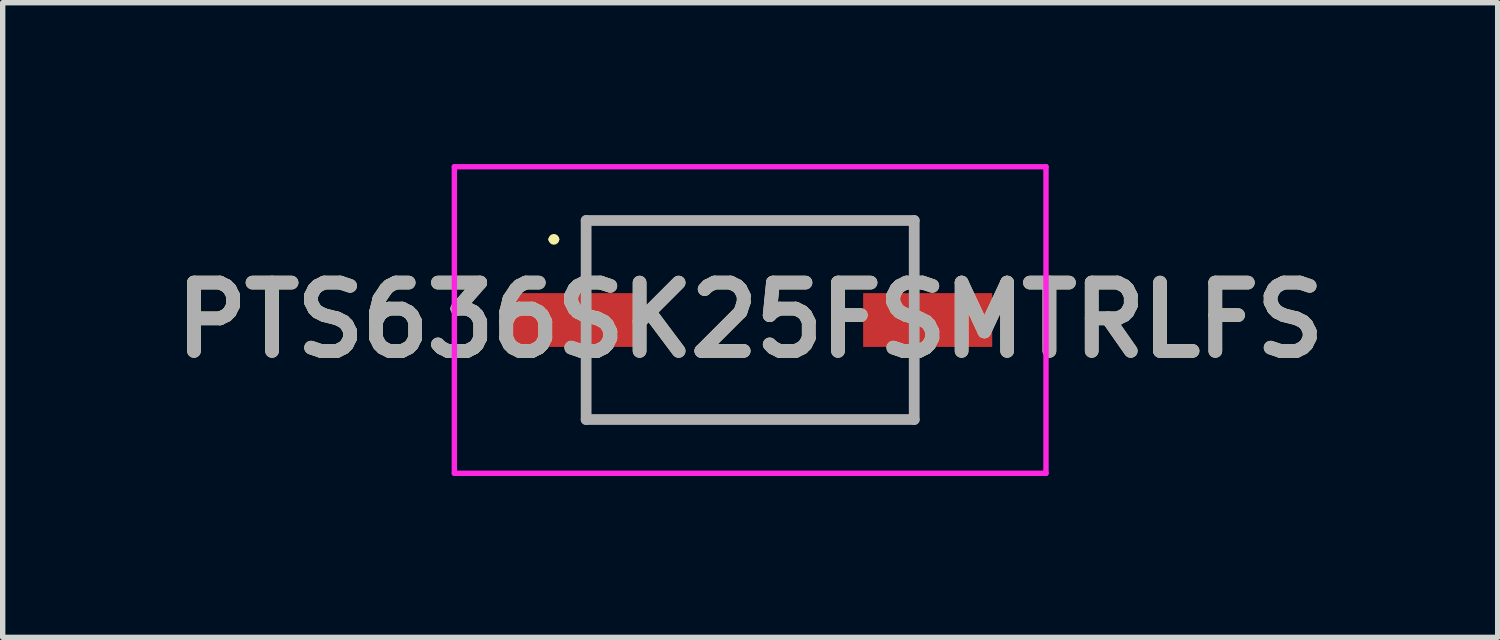
<source format=kicad_pcb>
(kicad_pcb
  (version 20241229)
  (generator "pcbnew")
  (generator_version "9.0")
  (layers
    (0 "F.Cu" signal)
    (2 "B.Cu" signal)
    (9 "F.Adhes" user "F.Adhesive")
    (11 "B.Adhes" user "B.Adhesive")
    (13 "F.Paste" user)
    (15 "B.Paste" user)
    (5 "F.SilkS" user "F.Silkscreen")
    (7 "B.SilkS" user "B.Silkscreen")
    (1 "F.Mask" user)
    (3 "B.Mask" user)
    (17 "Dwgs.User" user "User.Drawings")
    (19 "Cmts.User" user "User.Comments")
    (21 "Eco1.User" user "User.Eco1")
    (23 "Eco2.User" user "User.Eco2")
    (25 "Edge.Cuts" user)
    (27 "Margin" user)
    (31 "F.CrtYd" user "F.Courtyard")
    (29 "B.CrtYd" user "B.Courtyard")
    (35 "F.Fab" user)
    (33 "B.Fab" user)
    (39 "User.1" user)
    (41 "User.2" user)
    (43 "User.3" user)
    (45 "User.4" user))
  (footprint "PTS636SK25FSMTRLFS"
    (layer "F.Cu")
    (at 10.898 2.9)
    (property "Reference" "PTS636SK25FSMTRLFS" (at 0 0 0) (layer "F.SilkS") (effects (font (size 1.27 1.27) (thickness 0.254))))
    (attr smd)
    (fp_line (start -3.7 -1.5) (end -3.7 -1.5) (stroke (width 0.1) (type solid)) (layer "F.SilkS"))
    (fp_line (start -3.6 -1.5) (end -3.6 -1.5) (stroke (width 0.1) (type solid)) (layer "F.SilkS"))
    (fp_line (start -3.05 -1.85) (end 3.05 -1.85) (stroke (width 0.1) (type solid)) (layer "F.SilkS"))
    (fp_line (start -3.05 -0.9) (end -3.05 -1.85) (stroke (width 0.1) (type solid)) (layer "F.SilkS"))
    (fp_line (start -3.05 0.9) (end -3.05 1.85) (stroke (width 0.1) (type solid)) (layer "F.SilkS"))
    (fp_line (start -3.05 1.85) (end 3.05 1.85) (stroke (width 0.1) (type solid)) (layer "F.SilkS"))
    (fp_line (start 3.05 -1.85) (end 3.05 -0.9) (stroke (width 0.1) (type solid)) (layer "F.SilkS"))
    (fp_line (start 3.05 1.85) (end 3.05 0.9) (stroke (width 0.1) (type solid)) (layer "F.SilkS"))
    (fp_arc (start -3.7 -1.5) (mid -3.65 -1.55) (end -3.6 -1.5) (stroke (width 0.1) (type solid)) (layer "F.SilkS"))
    (fp_arc (start -3.6 -1.5) (mid -3.65 -1.45) (end -3.7 -1.5) (stroke (width 0.1) (type solid)) (layer "F.SilkS"))
    (fp_line (start -5.5 -2.85) (end 5.5 -2.85) (stroke (width 0.1) (type solid)) (layer "F.CrtYd"))
    (fp_line (start -5.5 2.85) (end -5.5 -2.85) (stroke (width 0.1) (type solid)) (layer "F.CrtYd"))
    (fp_line (start 5.5 -2.85) (end 5.5 2.85) (stroke (width 0.1) (type solid)) (layer "F.CrtYd"))
    (fp_line (start 5.5 2.85) (end -5.5 2.85) (stroke (width 0.1) (type solid)) (layer "F.CrtYd"))
    (fp_line (start -3.05 -1.85) (end 3.05 -1.85) (stroke (width 0.2) (type solid)) (layer "F.Fab"))
    (fp_line (start -3.05 1.85) (end -3.05 -1.85) (stroke (width 0.2) (type solid)) (layer "F.Fab"))
    (fp_line (start 3.05 -1.85) (end 3.05 1.85) (stroke (width 0.2) (type solid)) (layer "F.Fab"))
    (fp_line (start 3.05 1.85) (end -3.05 1.85) (stroke (width 0.2) (type solid)) (layer "F.Fab"))
    (fp_text user "${REFERENCE}" (at 0 0 0) (layer "F.Fab") (effects (font (size 1.27 1.27) (thickness 0.254))))
    (pad "1" smd rect (at -3.3 0 90) (size 1 2.4) (layers "F.Cu" "F.Mask" "F.Paste"))
    (pad "2" smd rect (at 3.3 0 90) (size 1 2.4) (layers "F.Cu" "F.Mask" "F.Paste")))
  (gr_rect
    (start -3 -3)
    (end 24.796 8.8)
    (stroke (width 0.1) (type default))
    (fill no)
    (layer "Edge.Cuts")))
</source>
